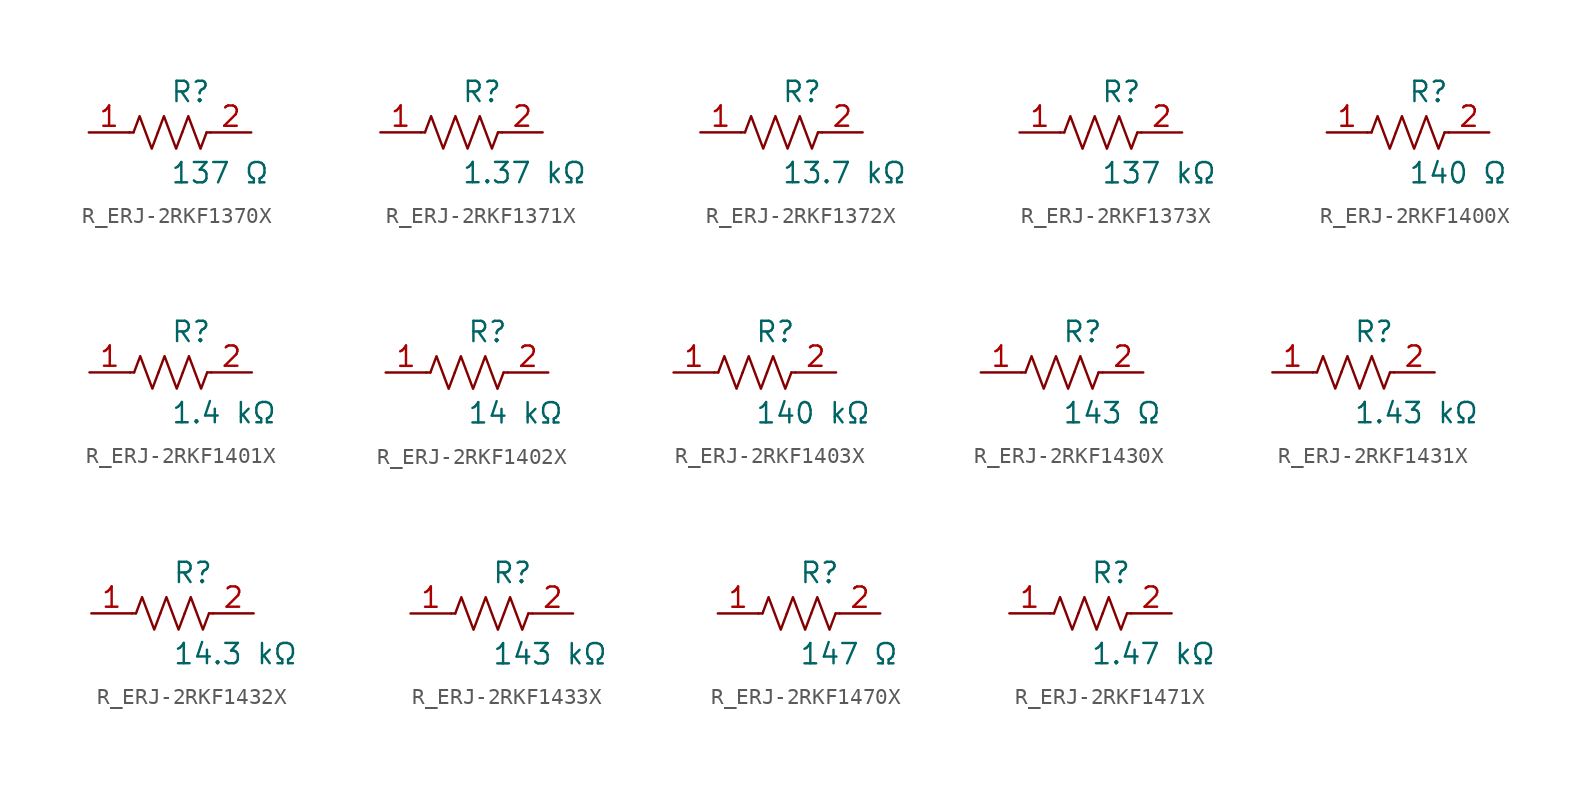
<source format=kicad_sym>
(kicad_symbol_lib
  (version 20231120)
  (generator kicad_symbol_editor)
  (generator_version 8.0)
  (symbol "R_ERJ-2RKF1370X"
    (pin_names
      (offset 0.254))
    (property "Reference" "R"
      (at 0 2.54 0)
      (effects (font (size 1.27 1.27)) (justify left)))
    (property "Value" "137 Ω"
      (at 0 -2.54 0)
      (effects (font (size 1.27 1.27)) (justify left)))
    (symbol "R_ERJ-2RKF1370X_0_1"
      (polyline (pts (xy 2.286 0) (xy 2.54 0)) (stroke (width 0) (type default)) (fill (type none)))
      (polyline (pts (xy -2.286 0) (xy -2.54 0)) (stroke (width 0) (type default)) (fill (type none)))
      (polyline (pts (xy 0.762 0) (xy 1.143 1.016) (xy 1.524 0) (xy 1.905 -1.016) (xy 2.286 0)) (stroke (width 0) (type default)) (fill (type none)))
      (polyline (pts (xy -0.762 0) (xy -0.381 1.016) (xy 0 0) (xy 0.381 -1.016) (xy 0.762 0)) (stroke (width 0) (type default)) (fill (type none)))
      (polyline (pts (xy -2.286 0) (xy -1.905 1.016) (xy -1.524 0) (xy -1.143 -1.016) (xy -0.762 0)) (stroke (width 0) (type default)) (fill (type none))))
    (pin passive line
      (at -5.08 0 0)
      (length 2.54)
      (name "" (effects (font (size 1.27 1.27))))
      (number "1" (effects (font (size 1.27 1.27)))))
    (pin passive line
      (at 5.08 0 180)
      (length 2.54)
      (name "" (effects (font (size 1.27 1.27))))
      (number "2" (effects (font (size 1.27 1.27))))))
  (symbol "R_ERJ-2RKF1371X"
    (pin_names
      (offset 0.254))
    (property "Reference" "R"
      (at 0 2.54 0)
      (effects (font (size 1.27 1.27)) (justify left)))
    (property "Value" "1.37 kΩ"
      (at 0 -2.54 0)
      (effects (font (size 1.27 1.27)) (justify left)))
    (symbol "R_ERJ-2RKF1371X_0_1"
      (polyline (pts (xy 2.286 0) (xy 2.54 0)) (stroke (width 0) (type default)) (fill (type none)))
      (polyline (pts (xy -2.286 0) (xy -2.54 0)) (stroke (width 0) (type default)) (fill (type none)))
      (polyline (pts (xy 0.762 0) (xy 1.143 1.016) (xy 1.524 0) (xy 1.905 -1.016) (xy 2.286 0)) (stroke (width 0) (type default)) (fill (type none)))
      (polyline (pts (xy -0.762 0) (xy -0.381 1.016) (xy 0 0) (xy 0.381 -1.016) (xy 0.762 0)) (stroke (width 0) (type default)) (fill (type none)))
      (polyline (pts (xy -2.286 0) (xy -1.905 1.016) (xy -1.524 0) (xy -1.143 -1.016) (xy -0.762 0)) (stroke (width 0) (type default)) (fill (type none))))
    (pin passive line
      (at -5.08 0 0)
      (length 2.54)
      (name "" (effects (font (size 1.27 1.27))))
      (number "1" (effects (font (size 1.27 1.27)))))
    (pin passive line
      (at 5.08 0 180)
      (length 2.54)
      (name "" (effects (font (size 1.27 1.27))))
      (number "2" (effects (font (size 1.27 1.27))))))
  (symbol "R_ERJ-2RKF1372X"
    (pin_names
      (offset 0.254))
    (property "Reference" "R"
      (at 0 2.54 0)
      (effects (font (size 1.27 1.27)) (justify left)))
    (property "Value" "13.7 kΩ"
      (at 0 -2.54 0)
      (effects (font (size 1.27 1.27)) (justify left)))
    (symbol "R_ERJ-2RKF1372X_0_1"
      (polyline (pts (xy 2.286 0) (xy 2.54 0)) (stroke (width 0) (type default)) (fill (type none)))
      (polyline (pts (xy -2.286 0) (xy -2.54 0)) (stroke (width 0) (type default)) (fill (type none)))
      (polyline (pts (xy 0.762 0) (xy 1.143 1.016) (xy 1.524 0) (xy 1.905 -1.016) (xy 2.286 0)) (stroke (width 0) (type default)) (fill (type none)))
      (polyline (pts (xy -0.762 0) (xy -0.381 1.016) (xy 0 0) (xy 0.381 -1.016) (xy 0.762 0)) (stroke (width 0) (type default)) (fill (type none)))
      (polyline (pts (xy -2.286 0) (xy -1.905 1.016) (xy -1.524 0) (xy -1.143 -1.016) (xy -0.762 0)) (stroke (width 0) (type default)) (fill (type none))))
    (pin passive line
      (at -5.08 0 0)
      (length 2.54)
      (name "" (effects (font (size 1.27 1.27))))
      (number "1" (effects (font (size 1.27 1.27)))))
    (pin passive line
      (at 5.08 0 180)
      (length 2.54)
      (name "" (effects (font (size 1.27 1.27))))
      (number "2" (effects (font (size 1.27 1.27))))))
  (symbol "R_ERJ-2RKF1373X"
    (pin_names
      (offset 0.254))
    (property "Reference" "R"
      (at 0 2.54 0)
      (effects (font (size 1.27 1.27)) (justify left)))
    (property "Value" "137 kΩ"
      (at 0 -2.54 0)
      (effects (font (size 1.27 1.27)) (justify left)))
    (symbol "R_ERJ-2RKF1373X_0_1"
      (polyline (pts (xy 2.286 0) (xy 2.54 0)) (stroke (width 0) (type default)) (fill (type none)))
      (polyline (pts (xy -2.286 0) (xy -2.54 0)) (stroke (width 0) (type default)) (fill (type none)))
      (polyline (pts (xy 0.762 0) (xy 1.143 1.016) (xy 1.524 0) (xy 1.905 -1.016) (xy 2.286 0)) (stroke (width 0) (type default)) (fill (type none)))
      (polyline (pts (xy -0.762 0) (xy -0.381 1.016) (xy 0 0) (xy 0.381 -1.016) (xy 0.762 0)) (stroke (width 0) (type default)) (fill (type none)))
      (polyline (pts (xy -2.286 0) (xy -1.905 1.016) (xy -1.524 0) (xy -1.143 -1.016) (xy -0.762 0)) (stroke (width 0) (type default)) (fill (type none))))
    (pin passive line
      (at -5.08 0 0)
      (length 2.54)
      (name "" (effects (font (size 1.27 1.27))))
      (number "1" (effects (font (size 1.27 1.27)))))
    (pin passive line
      (at 5.08 0 180)
      (length 2.54)
      (name "" (effects (font (size 1.27 1.27))))
      (number "2" (effects (font (size 1.27 1.27))))))
  (symbol "R_ERJ-2RKF1400X"
    (pin_names
      (offset 0.254))
    (property "Reference" "R"
      (at 0 2.54 0)
      (effects (font (size 1.27 1.27)) (justify left)))
    (property "Value" "140 Ω"
      (at 0 -2.54 0)
      (effects (font (size 1.27 1.27)) (justify left)))
    (symbol "R_ERJ-2RKF1400X_0_1"
      (polyline (pts (xy 2.286 0) (xy 2.54 0)) (stroke (width 0) (type default)) (fill (type none)))
      (polyline (pts (xy -2.286 0) (xy -2.54 0)) (stroke (width 0) (type default)) (fill (type none)))
      (polyline (pts (xy 0.762 0) (xy 1.143 1.016) (xy 1.524 0) (xy 1.905 -1.016) (xy 2.286 0)) (stroke (width 0) (type default)) (fill (type none)))
      (polyline (pts (xy -0.762 0) (xy -0.381 1.016) (xy 0 0) (xy 0.381 -1.016) (xy 0.762 0)) (stroke (width 0) (type default)) (fill (type none)))
      (polyline (pts (xy -2.286 0) (xy -1.905 1.016) (xy -1.524 0) (xy -1.143 -1.016) (xy -0.762 0)) (stroke (width 0) (type default)) (fill (type none))))
    (pin passive line
      (at -5.08 0 0)
      (length 2.54)
      (name "" (effects (font (size 1.27 1.27))))
      (number "1" (effects (font (size 1.27 1.27)))))
    (pin passive line
      (at 5.08 0 180)
      (length 2.54)
      (name "" (effects (font (size 1.27 1.27))))
      (number "2" (effects (font (size 1.27 1.27))))))
  (symbol "R_ERJ-2RKF1401X"
    (pin_names
      (offset 0.254))
    (property "Reference" "R"
      (at 0 2.54 0)
      (effects (font (size 1.27 1.27)) (justify left)))
    (property "Value" "1.4 kΩ"
      (at 0 -2.54 0)
      (effects (font (size 1.27 1.27)) (justify left)))
    (symbol "R_ERJ-2RKF1401X_0_1"
      (polyline (pts (xy 2.286 0) (xy 2.54 0)) (stroke (width 0) (type default)) (fill (type none)))
      (polyline (pts (xy -2.286 0) (xy -2.54 0)) (stroke (width 0) (type default)) (fill (type none)))
      (polyline (pts (xy 0.762 0) (xy 1.143 1.016) (xy 1.524 0) (xy 1.905 -1.016) (xy 2.286 0)) (stroke (width 0) (type default)) (fill (type none)))
      (polyline (pts (xy -0.762 0) (xy -0.381 1.016) (xy 0 0) (xy 0.381 -1.016) (xy 0.762 0)) (stroke (width 0) (type default)) (fill (type none)))
      (polyline (pts (xy -2.286 0) (xy -1.905 1.016) (xy -1.524 0) (xy -1.143 -1.016) (xy -0.762 0)) (stroke (width 0) (type default)) (fill (type none))))
    (pin passive line
      (at -5.08 0 0)
      (length 2.54)
      (name "" (effects (font (size 1.27 1.27))))
      (number "1" (effects (font (size 1.27 1.27)))))
    (pin passive line
      (at 5.08 0 180)
      (length 2.54)
      (name "" (effects (font (size 1.27 1.27))))
      (number "2" (effects (font (size 1.27 1.27))))))
  (symbol "R_ERJ-2RKF1402X"
    (pin_names
      (offset 0.254))
    (property "Reference" "R"
      (at 0 2.54 0)
      (effects (font (size 1.27 1.27)) (justify left)))
    (property "Value" "14 kΩ"
      (at 0 -2.54 0)
      (effects (font (size 1.27 1.27)) (justify left)))
    (symbol "R_ERJ-2RKF1402X_0_1"
      (polyline (pts (xy 2.286 0) (xy 2.54 0)) (stroke (width 0) (type default)) (fill (type none)))
      (polyline (pts (xy -2.286 0) (xy -2.54 0)) (stroke (width 0) (type default)) (fill (type none)))
      (polyline (pts (xy 0.762 0) (xy 1.143 1.016) (xy 1.524 0) (xy 1.905 -1.016) (xy 2.286 0)) (stroke (width 0) (type default)) (fill (type none)))
      (polyline (pts (xy -0.762 0) (xy -0.381 1.016) (xy 0 0) (xy 0.381 -1.016) (xy 0.762 0)) (stroke (width 0) (type default)) (fill (type none)))
      (polyline (pts (xy -2.286 0) (xy -1.905 1.016) (xy -1.524 0) (xy -1.143 -1.016) (xy -0.762 0)) (stroke (width 0) (type default)) (fill (type none))))
    (pin passive line
      (at -5.08 0 0)
      (length 2.54)
      (name "" (effects (font (size 1.27 1.27))))
      (number "1" (effects (font (size 1.27 1.27)))))
    (pin passive line
      (at 5.08 0 180)
      (length 2.54)
      (name "" (effects (font (size 1.27 1.27))))
      (number "2" (effects (font (size 1.27 1.27))))))
  (symbol "R_ERJ-2RKF1403X"
    (pin_names
      (offset 0.254))
    (property "Reference" "R"
      (at 0 2.54 0)
      (effects (font (size 1.27 1.27)) (justify left)))
    (property "Value" "140 kΩ"
      (at 0 -2.54 0)
      (effects (font (size 1.27 1.27)) (justify left)))
    (symbol "R_ERJ-2RKF1403X_0_1"
      (polyline (pts (xy 2.286 0) (xy 2.54 0)) (stroke (width 0) (type default)) (fill (type none)))
      (polyline (pts (xy -2.286 0) (xy -2.54 0)) (stroke (width 0) (type default)) (fill (type none)))
      (polyline (pts (xy 0.762 0) (xy 1.143 1.016) (xy 1.524 0) (xy 1.905 -1.016) (xy 2.286 0)) (stroke (width 0) (type default)) (fill (type none)))
      (polyline (pts (xy -0.762 0) (xy -0.381 1.016) (xy 0 0) (xy 0.381 -1.016) (xy 0.762 0)) (stroke (width 0) (type default)) (fill (type none)))
      (polyline (pts (xy -2.286 0) (xy -1.905 1.016) (xy -1.524 0) (xy -1.143 -1.016) (xy -0.762 0)) (stroke (width 0) (type default)) (fill (type none))))
    (pin passive line
      (at -5.08 0 0)
      (length 2.54)
      (name "" (effects (font (size 1.27 1.27))))
      (number "1" (effects (font (size 1.27 1.27)))))
    (pin passive line
      (at 5.08 0 180)
      (length 2.54)
      (name "" (effects (font (size 1.27 1.27))))
      (number "2" (effects (font (size 1.27 1.27))))))
  (symbol "R_ERJ-2RKF1430X"
    (pin_names
      (offset 0.254))
    (property "Reference" "R"
      (at 0 2.54 0)
      (effects (font (size 1.27 1.27)) (justify left)))
    (property "Value" "143 Ω"
      (at 0 -2.54 0)
      (effects (font (size 1.27 1.27)) (justify left)))
    (symbol "R_ERJ-2RKF1430X_0_1"
      (polyline (pts (xy 2.286 0) (xy 2.54 0)) (stroke (width 0) (type default)) (fill (type none)))
      (polyline (pts (xy -2.286 0) (xy -2.54 0)) (stroke (width 0) (type default)) (fill (type none)))
      (polyline (pts (xy 0.762 0) (xy 1.143 1.016) (xy 1.524 0) (xy 1.905 -1.016) (xy 2.286 0)) (stroke (width 0) (type default)) (fill (type none)))
      (polyline (pts (xy -0.762 0) (xy -0.381 1.016) (xy 0 0) (xy 0.381 -1.016) (xy 0.762 0)) (stroke (width 0) (type default)) (fill (type none)))
      (polyline (pts (xy -2.286 0) (xy -1.905 1.016) (xy -1.524 0) (xy -1.143 -1.016) (xy -0.762 0)) (stroke (width 0) (type default)) (fill (type none))))
    (pin passive line
      (at -5.08 0 0)
      (length 2.54)
      (name "" (effects (font (size 1.27 1.27))))
      (number "1" (effects (font (size 1.27 1.27)))))
    (pin passive line
      (at 5.08 0 180)
      (length 2.54)
      (name "" (effects (font (size 1.27 1.27))))
      (number "2" (effects (font (size 1.27 1.27))))))
  (symbol "R_ERJ-2RKF1431X"
    (pin_names
      (offset 0.254))
    (property "Reference" "R"
      (at 0 2.54 0)
      (effects (font (size 1.27 1.27)) (justify left)))
    (property "Value" "1.43 kΩ"
      (at 0 -2.54 0)
      (effects (font (size 1.27 1.27)) (justify left)))
    (symbol "R_ERJ-2RKF1431X_0_1"
      (polyline (pts (xy 2.286 0) (xy 2.54 0)) (stroke (width 0) (type default)) (fill (type none)))
      (polyline (pts (xy -2.286 0) (xy -2.54 0)) (stroke (width 0) (type default)) (fill (type none)))
      (polyline (pts (xy 0.762 0) (xy 1.143 1.016) (xy 1.524 0) (xy 1.905 -1.016) (xy 2.286 0)) (stroke (width 0) (type default)) (fill (type none)))
      (polyline (pts (xy -0.762 0) (xy -0.381 1.016) (xy 0 0) (xy 0.381 -1.016) (xy 0.762 0)) (stroke (width 0) (type default)) (fill (type none)))
      (polyline (pts (xy -2.286 0) (xy -1.905 1.016) (xy -1.524 0) (xy -1.143 -1.016) (xy -0.762 0)) (stroke (width 0) (type default)) (fill (type none))))
    (pin passive line
      (at -5.08 0 0)
      (length 2.54)
      (name "" (effects (font (size 1.27 1.27))))
      (number "1" (effects (font (size 1.27 1.27)))))
    (pin passive line
      (at 5.08 0 180)
      (length 2.54)
      (name "" (effects (font (size 1.27 1.27))))
      (number "2" (effects (font (size 1.27 1.27))))))
  (symbol "R_ERJ-2RKF1432X"
    (pin_names
      (offset 0.254))
    (property "Reference" "R"
      (at 0 2.54 0)
      (effects (font (size 1.27 1.27)) (justify left)))
    (property "Value" "14.3 kΩ"
      (at 0 -2.54 0)
      (effects (font (size 1.27 1.27)) (justify left)))
    (symbol "R_ERJ-2RKF1432X_0_1"
      (polyline (pts (xy 2.286 0) (xy 2.54 0)) (stroke (width 0) (type default)) (fill (type none)))
      (polyline (pts (xy -2.286 0) (xy -2.54 0)) (stroke (width 0) (type default)) (fill (type none)))
      (polyline (pts (xy 0.762 0) (xy 1.143 1.016) (xy 1.524 0) (xy 1.905 -1.016) (xy 2.286 0)) (stroke (width 0) (type default)) (fill (type none)))
      (polyline (pts (xy -0.762 0) (xy -0.381 1.016) (xy 0 0) (xy 0.381 -1.016) (xy 0.762 0)) (stroke (width 0) (type default)) (fill (type none)))
      (polyline (pts (xy -2.286 0) (xy -1.905 1.016) (xy -1.524 0) (xy -1.143 -1.016) (xy -0.762 0)) (stroke (width 0) (type default)) (fill (type none))))
    (pin passive line
      (at -5.08 0 0)
      (length 2.54)
      (name "" (effects (font (size 1.27 1.27))))
      (number "1" (effects (font (size 1.27 1.27)))))
    (pin passive line
      (at 5.08 0 180)
      (length 2.54)
      (name "" (effects (font (size 1.27 1.27))))
      (number "2" (effects (font (size 1.27 1.27))))))
  (symbol "R_ERJ-2RKF1433X"
    (pin_names
      (offset 0.254))
    (property "Reference" "R"
      (at 0 2.54 0)
      (effects (font (size 1.27 1.27)) (justify left)))
    (property "Value" "143 kΩ"
      (at 0 -2.54 0)
      (effects (font (size 1.27 1.27)) (justify left)))
    (symbol "R_ERJ-2RKF1433X_0_1"
      (polyline (pts (xy 2.286 0) (xy 2.54 0)) (stroke (width 0) (type default)) (fill (type none)))
      (polyline (pts (xy -2.286 0) (xy -2.54 0)) (stroke (width 0) (type default)) (fill (type none)))
      (polyline (pts (xy 0.762 0) (xy 1.143 1.016) (xy 1.524 0) (xy 1.905 -1.016) (xy 2.286 0)) (stroke (width 0) (type default)) (fill (type none)))
      (polyline (pts (xy -0.762 0) (xy -0.381 1.016) (xy 0 0) (xy 0.381 -1.016) (xy 0.762 0)) (stroke (width 0) (type default)) (fill (type none)))
      (polyline (pts (xy -2.286 0) (xy -1.905 1.016) (xy -1.524 0) (xy -1.143 -1.016) (xy -0.762 0)) (stroke (width 0) (type default)) (fill (type none))))
    (pin passive line
      (at -5.08 0 0)
      (length 2.54)
      (name "" (effects (font (size 1.27 1.27))))
      (number "1" (effects (font (size 1.27 1.27)))))
    (pin passive line
      (at 5.08 0 180)
      (length 2.54)
      (name "" (effects (font (size 1.27 1.27))))
      (number "2" (effects (font (size 1.27 1.27))))))
  (symbol "R_ERJ-2RKF1470X"
    (pin_names
      (offset 0.254))
    (property "Reference" "R"
      (at 0 2.54 0)
      (effects (font (size 1.27 1.27)) (justify left)))
    (property "Value" "147 Ω"
      (at 0 -2.54 0)
      (effects (font (size 1.27 1.27)) (justify left)))
    (symbol "R_ERJ-2RKF1470X_0_1"
      (polyline (pts (xy 2.286 0) (xy 2.54 0)) (stroke (width 0) (type default)) (fill (type none)))
      (polyline (pts (xy -2.286 0) (xy -2.54 0)) (stroke (width 0) (type default)) (fill (type none)))
      (polyline (pts (xy 0.762 0) (xy 1.143 1.016) (xy 1.524 0) (xy 1.905 -1.016) (xy 2.286 0)) (stroke (width 0) (type default)) (fill (type none)))
      (polyline (pts (xy -0.762 0) (xy -0.381 1.016) (xy 0 0) (xy 0.381 -1.016) (xy 0.762 0)) (stroke (width 0) (type default)) (fill (type none)))
      (polyline (pts (xy -2.286 0) (xy -1.905 1.016) (xy -1.524 0) (xy -1.143 -1.016) (xy -0.762 0)) (stroke (width 0) (type default)) (fill (type none))))
    (pin passive line
      (at -5.08 0 0)
      (length 2.54)
      (name "" (effects (font (size 1.27 1.27))))
      (number "1" (effects (font (size 1.27 1.27)))))
    (pin passive line
      (at 5.08 0 180)
      (length 2.54)
      (name "" (effects (font (size 1.27 1.27))))
      (number "2" (effects (font (size 1.27 1.27))))))
  (symbol "R_ERJ-2RKF1471X"
    (pin_names
      (offset 0.254))
    (property "Reference" "R"
      (at 0 2.54 0)
      (effects (font (size 1.27 1.27)) (justify left)))
    (property "Value" "1.47 kΩ"
      (at 0 -2.54 0)
      (effects (font (size 1.27 1.27)) (justify left)))
    (symbol "R_ERJ-2RKF1471X_0_1"
      (polyline (pts (xy 2.286 0) (xy 2.54 0)) (stroke (width 0) (type default)) (fill (type none)))
      (polyline (pts (xy -2.286 0) (xy -2.54 0)) (stroke (width 0) (type default)) (fill (type none)))
      (polyline (pts (xy 0.762 0) (xy 1.143 1.016) (xy 1.524 0) (xy 1.905 -1.016) (xy 2.286 0)) (stroke (width 0) (type default)) (fill (type none)))
      (polyline (pts (xy -0.762 0) (xy -0.381 1.016) (xy 0 0) (xy 0.381 -1.016) (xy 0.762 0)) (stroke (width 0) (type default)) (fill (type none)))
      (polyline (pts (xy -2.286 0) (xy -1.905 1.016) (xy -1.524 0) (xy -1.143 -1.016) (xy -0.762 0)) (stroke (width 0) (type default)) (fill (type none))))
    (pin passive line
      (at -5.08 0 0)
      (length 2.54)
      (name "" (effects (font (size 1.27 1.27))))
      (number "1" (effects (font (size 1.27 1.27)))))
    (pin passive line
      (at 5.08 0 180)
      (length 2.54)
      (name "" (effects (font (size 1.27 1.27))))
      (number "2" (effects (font (size 1.27 1.27)))))))
</source>
